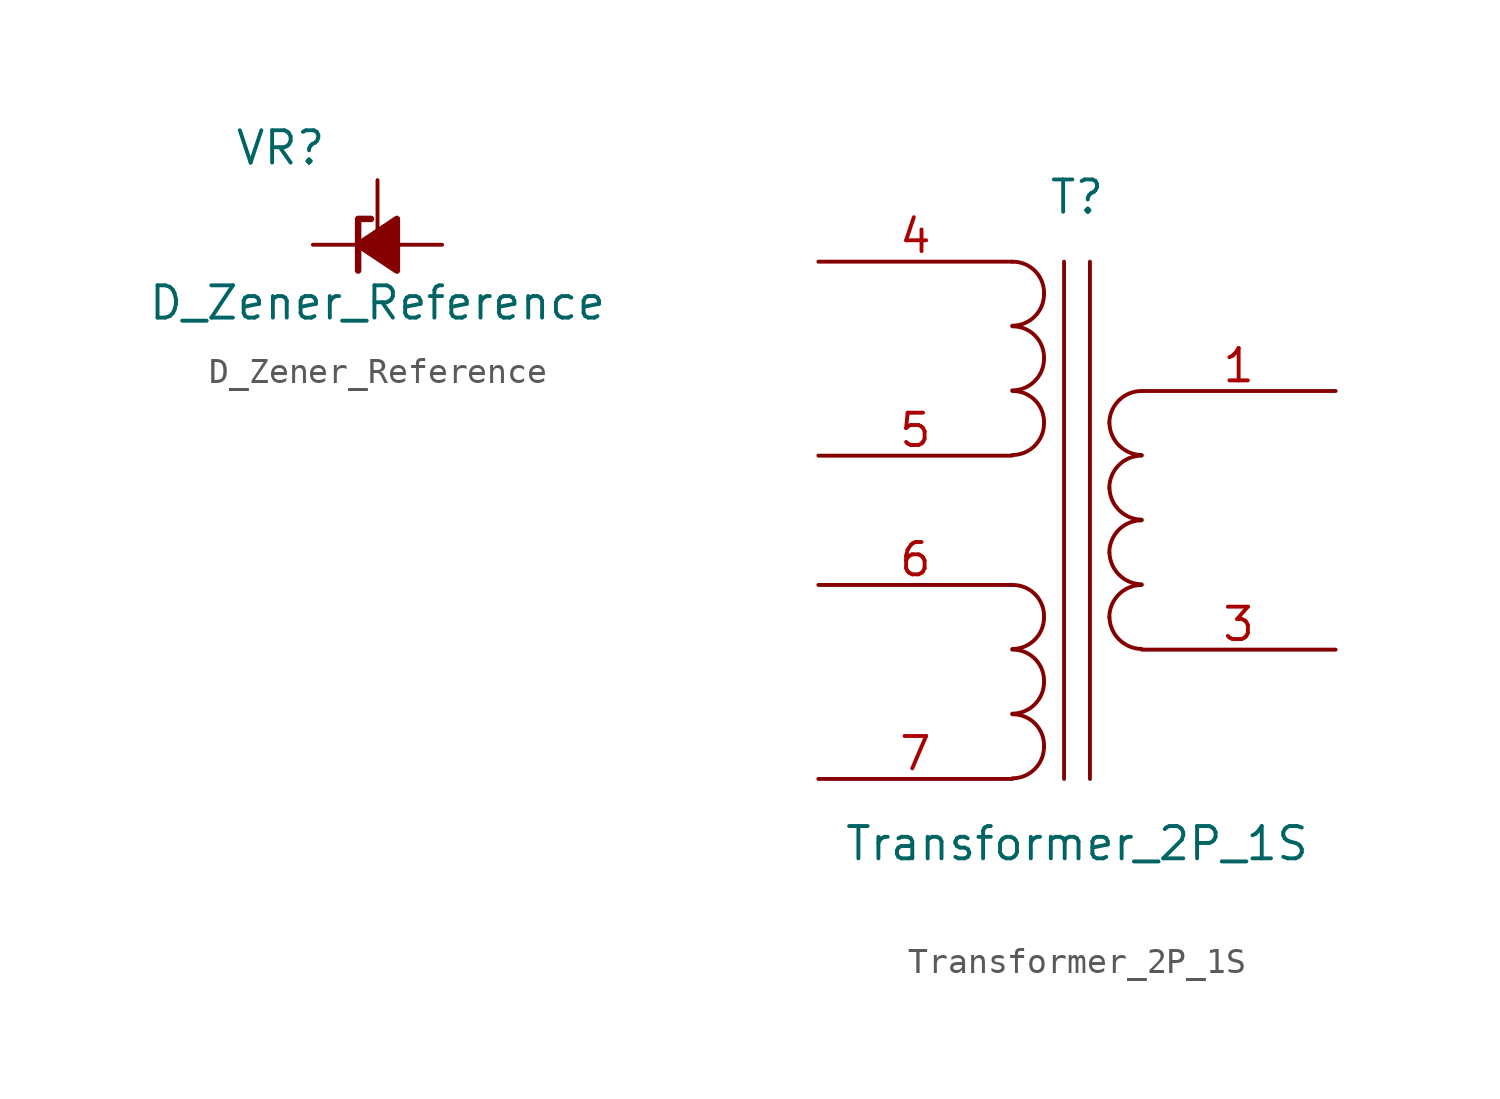
<source format=kicad_sym>
(kicad_symbol_lib
  (version 20211014)
  (generator kicad_symbol_editor)
  (symbol "D_Zener_Reference"
    (pin_numbers hide)
    (pin_names
      (offset 0.254) hide)
    (property "Reference" "VR"
      (at -3.81 3.81 0)
      (effects (font (size 1.27 1.27))))
    (property "Value" "D_Zener_Reference"
      (at 0 -2.286 0)
      (effects (font (size 1.27 1.27))))
    (symbol "D_Zener_Reference_0_1"
      (polyline (pts (xy 0.762 0) (xy -0.762 0)) (stroke (width 0) (type default) (color 0 0 0 0)) (fill (type none)))
      (polyline (pts (xy -0.254 1.016) (xy -0.762 1.016) (xy -0.762 -1.016)) (stroke (width 0.254) (type default) (color 0 0 0 0)) (fill (type none)))
      (polyline (pts (xy 0.762 1.016) (xy -0.762 0) (xy 0.762 -1.016) (xy 0.762 1.016)) (stroke (width 0.254) (type default) (color 0 0 0 0)) (fill (type outline))))
    (symbol "D_Zener_Reference_1_1"
      (pin passive line (at -2.54 0 0) (length 1.778) (name "K" (effects (font (size 1.27 1.27)))) (number "1" (effects (font (size 1.27 1.27)))))
      (pin passive line (at 2.54 0 180) (length 1.778) (name "A" (effects (font (size 1.27 1.27)))) (number "2" (effects (font (size 1.27 1.27)))))
      (pin input line (at 0 2.54 270) (length 2.54) (name "" (effects (font (size 1.27 1.27)))) (number "3" (effects (font (size 1.27 1.27)))))))
  (symbol "Transformer_2P_1S"
    (pin_names
      (offset 1.016) hide)
    (property "Reference" "T"
      (at 0 12.7 0)
      (effects (font (size 1.27 1.27))))
    (property "Value" "Transformer_2P_1S"
      (at 0 -12.7 0)
      (effects (font (size 1.27 1.27))))
    (symbol "Transformer_2P_1S_0_1"
      (arc (start -2.54 -10.1346) (mid -1.6599 -9.7701) (end -1.2954 -8.89) (stroke (width 0) (type default) (color 0 0 0 0)) (fill (type none)))
      (arc (start -2.54 -7.5946) (mid -1.6599 -7.2301) (end -1.2954 -6.35) (stroke (width 0) (type default) (color 0 0 0 0)) (fill (type none)))
      (arc (start -2.54 -5.0546) (mid -1.6599 -4.6901) (end -1.2954 -3.81) (stroke (width 0) (type default) (color 0 0 0 0)) (fill (type none)))
      (arc (start -2.54 2.5654) (mid -1.6599 2.9299) (end -1.2954 3.81) (stroke (width 0) (type default) (color 0 0 0 0)) (fill (type none)))
      (arc (start -2.54 5.1054) (mid -1.6599 5.4699) (end -1.2954 6.35) (stroke (width 0) (type default) (color 0 0 0 0)) (fill (type none)))
      (arc (start -2.54 7.6454) (mid -1.6599 8.0099) (end -1.2954 8.89) (stroke (width 0) (type default) (color 0 0 0 0)) (fill (type none)))
      (arc (start -1.2954 -8.89) (mid -1.6457 -7.9883) (end -2.54 -7.62) (stroke (width 0) (type default) (color 0 0 0 0)) (fill (type none)))
      (arc (start -1.2954 -6.35) (mid -1.6457 -5.4483) (end -2.54 -5.08) (stroke (width 0) (type default) (color 0 0 0 0)) (fill (type none)))
      (arc (start -1.2954 -3.81) (mid -1.6457 -2.9083) (end -2.54 -2.54) (stroke (width 0) (type default) (color 0 0 0 0)) (fill (type none)))
      (arc (start -1.2954 3.81) (mid -1.6457 4.7117) (end -2.54 5.08) (stroke (width 0) (type default) (color 0 0 0 0)) (fill (type none)))
      (arc (start -1.2954 6.35) (mid -1.6457 7.2517) (end -2.54 7.62) (stroke (width 0) (type default) (color 0 0 0 0)) (fill (type none)))
      (arc (start -1.2954 8.89) (mid -1.6457 9.7917) (end -2.54 10.16) (stroke (width 0) (type default) (color 0 0 0 0)) (fill (type none)))
      (polyline (pts (xy -0.508 -10.16) (xy -0.508 10.16)) (stroke (width 0) (type default) (color 0 0 0 0)) (fill (type none)))
      (polyline (pts (xy 0.508 10.16) (xy 0.508 -10.16)) (stroke (width 0) (type default) (color 0 0 0 0)) (fill (type none)))
      (arc (start 1.27 -3.81) (mid 1.656 -4.6864) (end 2.54 -5.0546) (stroke (width 0) (type default) (color 0 0 0 0)) (fill (type none)))
      (arc (start 1.27 -1.27) (mid 1.656 -2.1464) (end 2.54 -2.5146) (stroke (width 0) (type default) (color 0 0 0 0)) (fill (type none)))
      (arc (start 1.27 1.27) (mid 1.656 0.3936) (end 2.54 0.0254) (stroke (width 0) (type default) (color 0 0 0 0)) (fill (type none)))
      (arc (start 1.27 3.81) (mid 1.656 2.9336) (end 2.54 2.5654) (stroke (width 0) (type default) (color 0 0 0 0)) (fill (type none)))
      (arc (start 2.54 -2.54) (mid 1.642 -2.912) (end 1.27 -3.81) (stroke (width 0) (type default) (color 0 0 0 0)) (fill (type none)))
      (arc (start 2.54 0) (mid 1.642 -0.372) (end 1.27 -1.27) (stroke (width 0) (type default) (color 0 0 0 0)) (fill (type none)))
      (arc (start 2.54 2.54) (mid 1.642 2.168) (end 1.27 1.27) (stroke (width 0) (type default) (color 0 0 0 0)) (fill (type none)))
      (arc (start 2.54 5.08) (mid 1.642 4.708) (end 1.27 3.81) (stroke (width 0) (type default) (color 0 0 0 0)) (fill (type none))))
    (symbol "Transformer_2P_1S_1_1"
      (pin passive line (at 10.16 5.08 180) (length 7.62) (name "IN+" (effects (font (size 1.27 1.27)))) (number "1" (effects (font (size 1.27 1.27)))))
      (pin passive line (at 10.16 -5.08 180) (length 7.62) (name "IN-" (effects (font (size 1.27 1.27)))) (number "3" (effects (font (size 1.27 1.27)))))
      (pin passive line (at -10.16 10.16 0) (length 7.62) (name "OUT1A" (effects (font (size 1.27 1.27)))) (number "4" (effects (font (size 1.27 1.27)))))
      (pin passive line (at -10.16 2.54 0) (length 7.62) (name "OUT1B" (effects (font (size 1.27 1.27)))) (number "5" (effects (font (size 1.27 1.27)))))
      (pin passive line (at -10.16 -2.54 0) (length 7.62) (name "OUT2A" (effects (font (size 1.27 1.27)))) (number "6" (effects (font (size 1.27 1.27)))))
      (pin passive line (at -10.16 -10.16 0) (length 7.62) (name "OUT2B" (effects (font (size 1.27 1.27)))) (number "7" (effects (font (size 1.27 1.27))))))))
</source>
